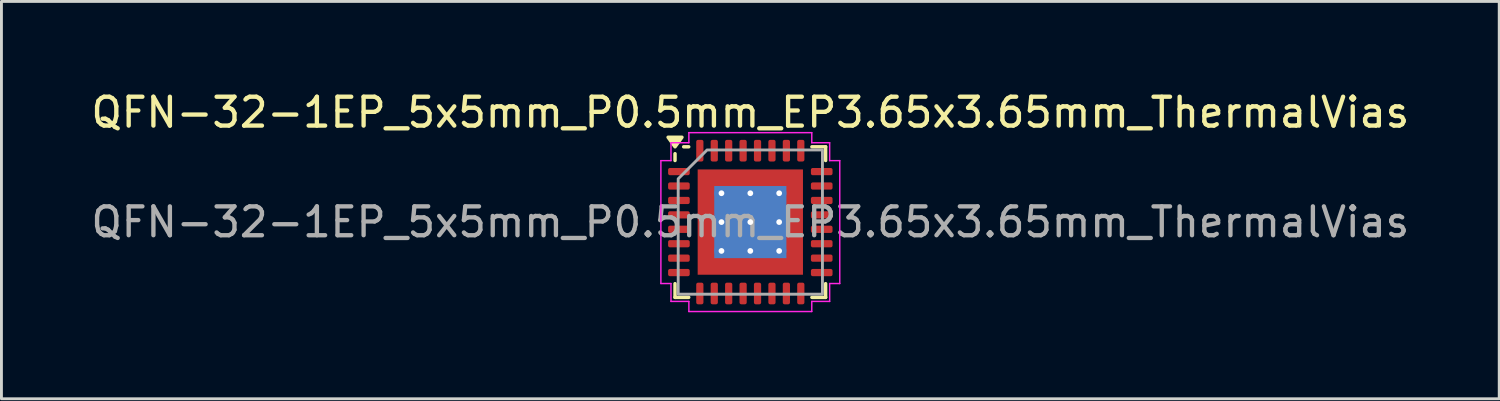
<source format=kicad_pcb>
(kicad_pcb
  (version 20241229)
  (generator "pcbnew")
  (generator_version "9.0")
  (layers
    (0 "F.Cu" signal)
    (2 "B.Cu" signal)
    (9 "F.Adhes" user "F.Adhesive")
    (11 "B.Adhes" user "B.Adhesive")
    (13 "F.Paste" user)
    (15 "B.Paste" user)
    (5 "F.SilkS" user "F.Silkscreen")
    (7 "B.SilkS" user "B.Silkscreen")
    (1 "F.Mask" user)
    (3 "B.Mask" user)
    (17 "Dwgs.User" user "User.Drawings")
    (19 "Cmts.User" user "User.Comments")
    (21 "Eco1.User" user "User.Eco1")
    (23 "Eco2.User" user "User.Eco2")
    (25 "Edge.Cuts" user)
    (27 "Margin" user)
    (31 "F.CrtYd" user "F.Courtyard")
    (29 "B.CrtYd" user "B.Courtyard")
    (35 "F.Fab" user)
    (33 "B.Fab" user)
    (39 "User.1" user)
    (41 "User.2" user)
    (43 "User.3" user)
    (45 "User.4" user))
  (footprint "QFN-32-1EP_5x5mm_P0.5mm_EP3.65x3.65mm_ThermalVias"
    (layer "F.Cu")
    (at 22.958 4.648)
    (property "Reference" "QFN-32-1EP_5x5mm_P0.5mm_EP3.65x3.65mm_ThermalVias" (at 0 -3.8 0) (layer "F.SilkS") (effects (font (size 1 1) (thickness 0.15))))
    (attr smd)
    (fp_line (start -2.61 -2.135) (end -2.61 -2.37) (stroke (width 0.12) (type solid)) (layer "F.SilkS"))
    (fp_line (start -2.61 2.61) (end -2.61 2.135) (stroke (width 0.12) (type solid)) (layer "F.SilkS"))
    (fp_line (start -2.135 -2.61) (end -2.31 -2.61) (stroke (width 0.12) (type solid)) (layer "F.SilkS"))
    (fp_line (start -2.135 2.61) (end -2.61 2.61) (stroke (width 0.12) (type solid)) (layer "F.SilkS"))
    (fp_line (start 2.135 -2.61) (end 2.61 -2.61) (stroke (width 0.12) (type solid)) (layer "F.SilkS"))
    (fp_line (start 2.135 2.61) (end 2.61 2.61) (stroke (width 0.12) (type solid)) (layer "F.SilkS"))
    (fp_line (start 2.61 -2.61) (end 2.61 -2.135) (stroke (width 0.12) (type solid)) (layer "F.SilkS"))
    (fp_line (start 2.61 2.61) (end 2.61 2.135) (stroke (width 0.12) (type solid)) (layer "F.SilkS"))
    (fp_poly (pts (xy -2.61 -2.61) (xy -2.85 -2.94) (xy -2.37 -2.94)) (stroke (width 0.12) (type solid)) (fill yes) (layer "F.SilkS"))
    (fp_line (start -3.1 -2.13) (end -2.75 -2.13) (stroke (width 0.05) (type solid)) (layer "F.CrtYd"))
    (fp_line (start -3.1 2.13) (end -3.1 -2.13) (stroke (width 0.05) (type solid)) (layer "F.CrtYd"))
    (fp_line (start -2.75 -2.75) (end -2.13 -2.75) (stroke (width 0.05) (type solid)) (layer "F.CrtYd"))
    (fp_line (start -2.75 -2.13) (end -2.75 -2.75) (stroke (width 0.05) (type solid)) (layer "F.CrtYd"))
    (fp_line (start -2.75 2.13) (end -3.1 2.13) (stroke (width 0.05) (type solid)) (layer "F.CrtYd"))
    (fp_line (start -2.75 2.75) (end -2.75 2.13) (stroke (width 0.05) (type solid)) (layer "F.CrtYd"))
    (fp_line (start -2.13 -3.1) (end 2.13 -3.1) (stroke (width 0.05) (type solid)) (layer "F.CrtYd"))
    (fp_line (start -2.13 -2.75) (end -2.13 -3.1) (stroke (width 0.05) (type solid)) (layer "F.CrtYd"))
    (fp_line (start -2.13 2.75) (end -2.75 2.75) (stroke (width 0.05) (type solid)) (layer "F.CrtYd"))
    (fp_line (start -2.13 3.1) (end -2.13 2.75) (stroke (width 0.05) (type solid)) (layer "F.CrtYd"))
    (fp_line (start 2.13 -3.1) (end 2.13 -2.75) (stroke (width 0.05) (type solid)) (layer "F.CrtYd"))
    (fp_line (start 2.13 -2.75) (end 2.75 -2.75) (stroke (width 0.05) (type solid)) (layer "F.CrtYd"))
    (fp_line (start 2.13 2.75) (end 2.13 3.1) (stroke (width 0.05) (type solid)) (layer "F.CrtYd"))
    (fp_line (start 2.13 3.1) (end -2.13 3.1) (stroke (width 0.05) (type solid)) (layer "F.CrtYd"))
    (fp_line (start 2.75 -2.75) (end 2.75 -2.13) (stroke (width 0.05) (type solid)) (layer "F.CrtYd"))
    (fp_line (start 2.75 -2.13) (end 3.1 -2.13) (stroke (width 0.05) (type solid)) (layer "F.CrtYd"))
    (fp_line (start 2.75 2.13) (end 2.75 2.75) (stroke (width 0.05) (type solid)) (layer "F.CrtYd"))
    (fp_line (start 2.75 2.75) (end 2.13 2.75) (stroke (width 0.05) (type solid)) (layer "F.CrtYd"))
    (fp_line (start 3.1 -2.13) (end 3.1 2.13) (stroke (width 0.05) (type solid)) (layer "F.CrtYd"))
    (fp_line (start 3.1 2.13) (end 2.75 2.13) (stroke (width 0.05) (type solid)) (layer "F.CrtYd"))
    (fp_poly (pts (xy -2.5 -1.5) (xy -2.5 2.5) (xy 2.5 2.5) (xy 2.5 -2.5) (xy -1.5 -2.5)) (stroke (width 0.1) (type solid)) (fill no) (layer "F.Fab"))
    (fp_text user "${REFERENCE}" (at 0 0 0) (layer "F.Fab") (effects (font (size 1 1) (thickness 0.15))))
    (pad "" smd roundrect (at -1.22 -1.22) (size 0.98 0.98) (layers "F.Paste") (roundrect_rratio 0.25))
    (pad "" smd roundrect (at -1.22 0) (size 0.98 0.98) (layers "F.Paste") (roundrect_rratio 0.25))
    (pad "" smd roundrect (at -1.22 1.22) (size 0.98 0.98) (layers "F.Paste") (roundrect_rratio 0.25))
    (pad "" smd roundrect (at 0 -1.22) (size 0.98 0.98) (layers "F.Paste") (roundrect_rratio 0.25))
    (pad "" smd roundrect (at 0 0) (size 0.98 0.98) (layers "F.Paste") (roundrect_rratio 0.25))
    (pad "" smd roundrect (at 0 1.22) (size 0.98 0.98) (layers "F.Paste") (roundrect_rratio 0.25))
    (pad "" smd roundrect (at 1.22 -1.22) (size 0.98 0.98) (layers "F.Paste") (roundrect_rratio 0.25))
    (pad "" smd roundrect (at 1.22 0) (size 0.98 0.98) (layers "F.Paste") (roundrect_rratio 0.25))
    (pad "" smd roundrect (at 1.22 1.22) (size 0.98 0.98) (layers "F.Paste") (roundrect_rratio 0.25))
    (pad "1" smd roundrect (at -2.475 -1.75) (size 0.75 0.25) (layers "F.Cu" "F.Mask" "F.Paste") (roundrect_rratio 0.25))
    (pad "2" smd roundrect (at -2.475 -1.25) (size 0.75 0.25) (layers "F.Cu" "F.Mask" "F.Paste") (roundrect_rratio 0.25))
    (pad "3" smd roundrect (at -2.475 -0.75) (size 0.75 0.25) (layers "F.Cu" "F.Mask" "F.Paste") (roundrect_rratio 0.25))
    (pad "4" smd roundrect (at -2.475 -0.25) (size 0.75 0.25) (layers "F.Cu" "F.Mask" "F.Paste") (roundrect_rratio 0.25))
    (pad "5" smd roundrect (at -2.475 0.25) (size 0.75 0.25) (layers "F.Cu" "F.Mask" "F.Paste") (roundrect_rratio 0.25))
    (pad "6" smd roundrect (at -2.475 0.75) (size 0.75 0.25) (layers "F.Cu" "F.Mask" "F.Paste") (roundrect_rratio 0.25))
    (pad "7" smd roundrect (at -2.475 1.25) (size 0.75 0.25) (layers "F.Cu" "F.Mask" "F.Paste") (roundrect_rratio 0.25))
    (pad "8" smd roundrect (at -2.475 1.75) (size 0.75 0.25) (layers "F.Cu" "F.Mask" "F.Paste") (roundrect_rratio 0.25))
    (pad "9" smd roundrect (at -1.75 2.475) (size 0.25 0.75) (layers "F.Cu" "F.Mask" "F.Paste") (roundrect_rratio 0.25))
    (pad "10" smd roundrect (at -1.25 2.475) (size 0.25 0.75) (layers "F.Cu" "F.Mask" "F.Paste") (roundrect_rratio 0.25))
    (pad "11" smd roundrect (at -0.75 2.475) (size 0.25 0.75) (layers "F.Cu" "F.Mask" "F.Paste") (roundrect_rratio 0.25))
    (pad "12" smd roundrect (at -0.25 2.475) (size 0.25 0.75) (layers "F.Cu" "F.Mask" "F.Paste") (roundrect_rratio 0.25))
    (pad "13" smd roundrect (at 0.25 2.475) (size 0.25 0.75) (layers "F.Cu" "F.Mask" "F.Paste") (roundrect_rratio 0.25))
    (pad "14" smd roundrect (at 0.75 2.475) (size 0.25 0.75) (layers "F.Cu" "F.Mask" "F.Paste") (roundrect_rratio 0.25))
    (pad "15" smd roundrect (at 1.25 2.475) (size 0.25 0.75) (layers "F.Cu" "F.Mask" "F.Paste") (roundrect_rratio 0.25))
    (pad "16" smd roundrect (at 1.75 2.475) (size 0.25 0.75) (layers "F.Cu" "F.Mask" "F.Paste") (roundrect_rratio 0.25))
    (pad "17" smd roundrect (at 2.475 1.75) (size 0.75 0.25) (layers "F.Cu" "F.Mask" "F.Paste") (roundrect_rratio 0.25))
    (pad "18" smd roundrect (at 2.475 1.25) (size 0.75 0.25) (layers "F.Cu" "F.Mask" "F.Paste") (roundrect_rratio 0.25))
    (pad "19" smd roundrect (at 2.475 0.75) (size 0.75 0.25) (layers "F.Cu" "F.Mask" "F.Paste") (roundrect_rratio 0.25))
    (pad "20" smd roundrect (at 2.475 0.25) (size 0.75 0.25) (layers "F.Cu" "F.Mask" "F.Paste") (roundrect_rratio 0.25))
    (pad "21" smd roundrect (at 2.475 -0.25) (size 0.75 0.25) (layers "F.Cu" "F.Mask" "F.Paste") (roundrect_rratio 0.25))
    (pad "22" smd roundrect (at 2.475 -0.75) (size 0.75 0.25) (layers "F.Cu" "F.Mask" "F.Paste") (roundrect_rratio 0.25))
    (pad "23" smd roundrect (at 2.475 -1.25) (size 0.75 0.25) (layers "F.Cu" "F.Mask" "F.Paste") (roundrect_rratio 0.25))
    (pad "24" smd roundrect (at 2.475 -1.75) (size 0.75 0.25) (layers "F.Cu" "F.Mask" "F.Paste") (roundrect_rratio 0.25))
    (pad "25" smd roundrect (at 1.75 -2.475) (size 0.25 0.75) (layers "F.Cu" "F.Mask" "F.Paste") (roundrect_rratio 0.25))
    (pad "26" smd roundrect (at 1.25 -2.475) (size 0.25 0.75) (layers "F.Cu" "F.Mask" "F.Paste") (roundrect_rratio 0.25))
    (pad "27" smd roundrect (at 0.75 -2.475) (size 0.25 0.75) (layers "F.Cu" "F.Mask" "F.Paste") (roundrect_rratio 0.25))
    (pad "28" smd roundrect (at 0.25 -2.475) (size 0.25 0.75) (layers "F.Cu" "F.Mask" "F.Paste") (roundrect_rratio 0.25))
    (pad "29" smd roundrect (at -0.25 -2.475) (size 0.25 0.75) (layers "F.Cu" "F.Mask" "F.Paste") (roundrect_rratio 0.25))
    (pad "30" smd roundrect (at -0.75 -2.475) (size 0.25 0.75) (layers "F.Cu" "F.Mask" "F.Paste") (roundrect_rratio 0.25))
    (pad "31" smd roundrect (at -1.25 -2.475) (size 0.25 0.75) (layers "F.Cu" "F.Mask" "F.Paste") (roundrect_rratio 0.25))
    (pad "32" smd roundrect (at -1.75 -2.475) (size 0.25 0.75) (layers "F.Cu" "F.Mask" "F.Paste") (roundrect_rratio 0.25))
    (pad "33" thru_hole circle (at -1 -1) (size 0.5 0.5) (drill 0.2) (property pad_prop_heatsink) (layers "*.Cu"))
    (pad "33" thru_hole circle (at -1 0) (size 0.5 0.5) (drill 0.2) (property pad_prop_heatsink) (layers "*.Cu"))
    (pad "33" thru_hole circle (at -1 1) (size 0.5 0.5) (drill 0.2) (property pad_prop_heatsink) (layers "*.Cu"))
    (pad "33" thru_hole circle (at 0 -1) (size 0.5 0.5) (drill 0.2) (property pad_prop_heatsink) (layers "*.Cu"))
    (pad "33" thru_hole circle (at 0 0) (size 0.5 0.5) (drill 0.2) (property pad_prop_heatsink) (layers "*.Cu"))
    (pad "33" smd rect (at 0 0) (size 2.5 2.5) (property pad_prop_heatsink) (layers "B.Cu"))
    (pad "33" smd rect (at 0 0) (size 3.65 3.65) (property pad_prop_heatsink) (layers "F.Cu" "F.Mask"))
    (pad "33" thru_hole circle (at 0 1) (size 0.5 0.5) (drill 0.2) (property pad_prop_heatsink) (layers "*.Cu"))
    (pad "33" thru_hole circle (at 1 -1) (size 0.5 0.5) (drill 0.2) (property pad_prop_heatsink) (layers "*.Cu"))
    (pad "33" thru_hole circle (at 1 0) (size 0.5 0.5) (drill 0.2) (property pad_prop_heatsink) (layers "*.Cu"))
    (pad "33" thru_hole circle (at 1 1) (size 0.5 0.5) (drill 0.2) (property pad_prop_heatsink) (layers "*.Cu")))
  (gr_rect
    (start -3 -3)
    (end 48.917 10.773)
    (stroke (width 0.1) (type default))
    (fill no)
    (layer "Edge.Cuts")))
</source>
